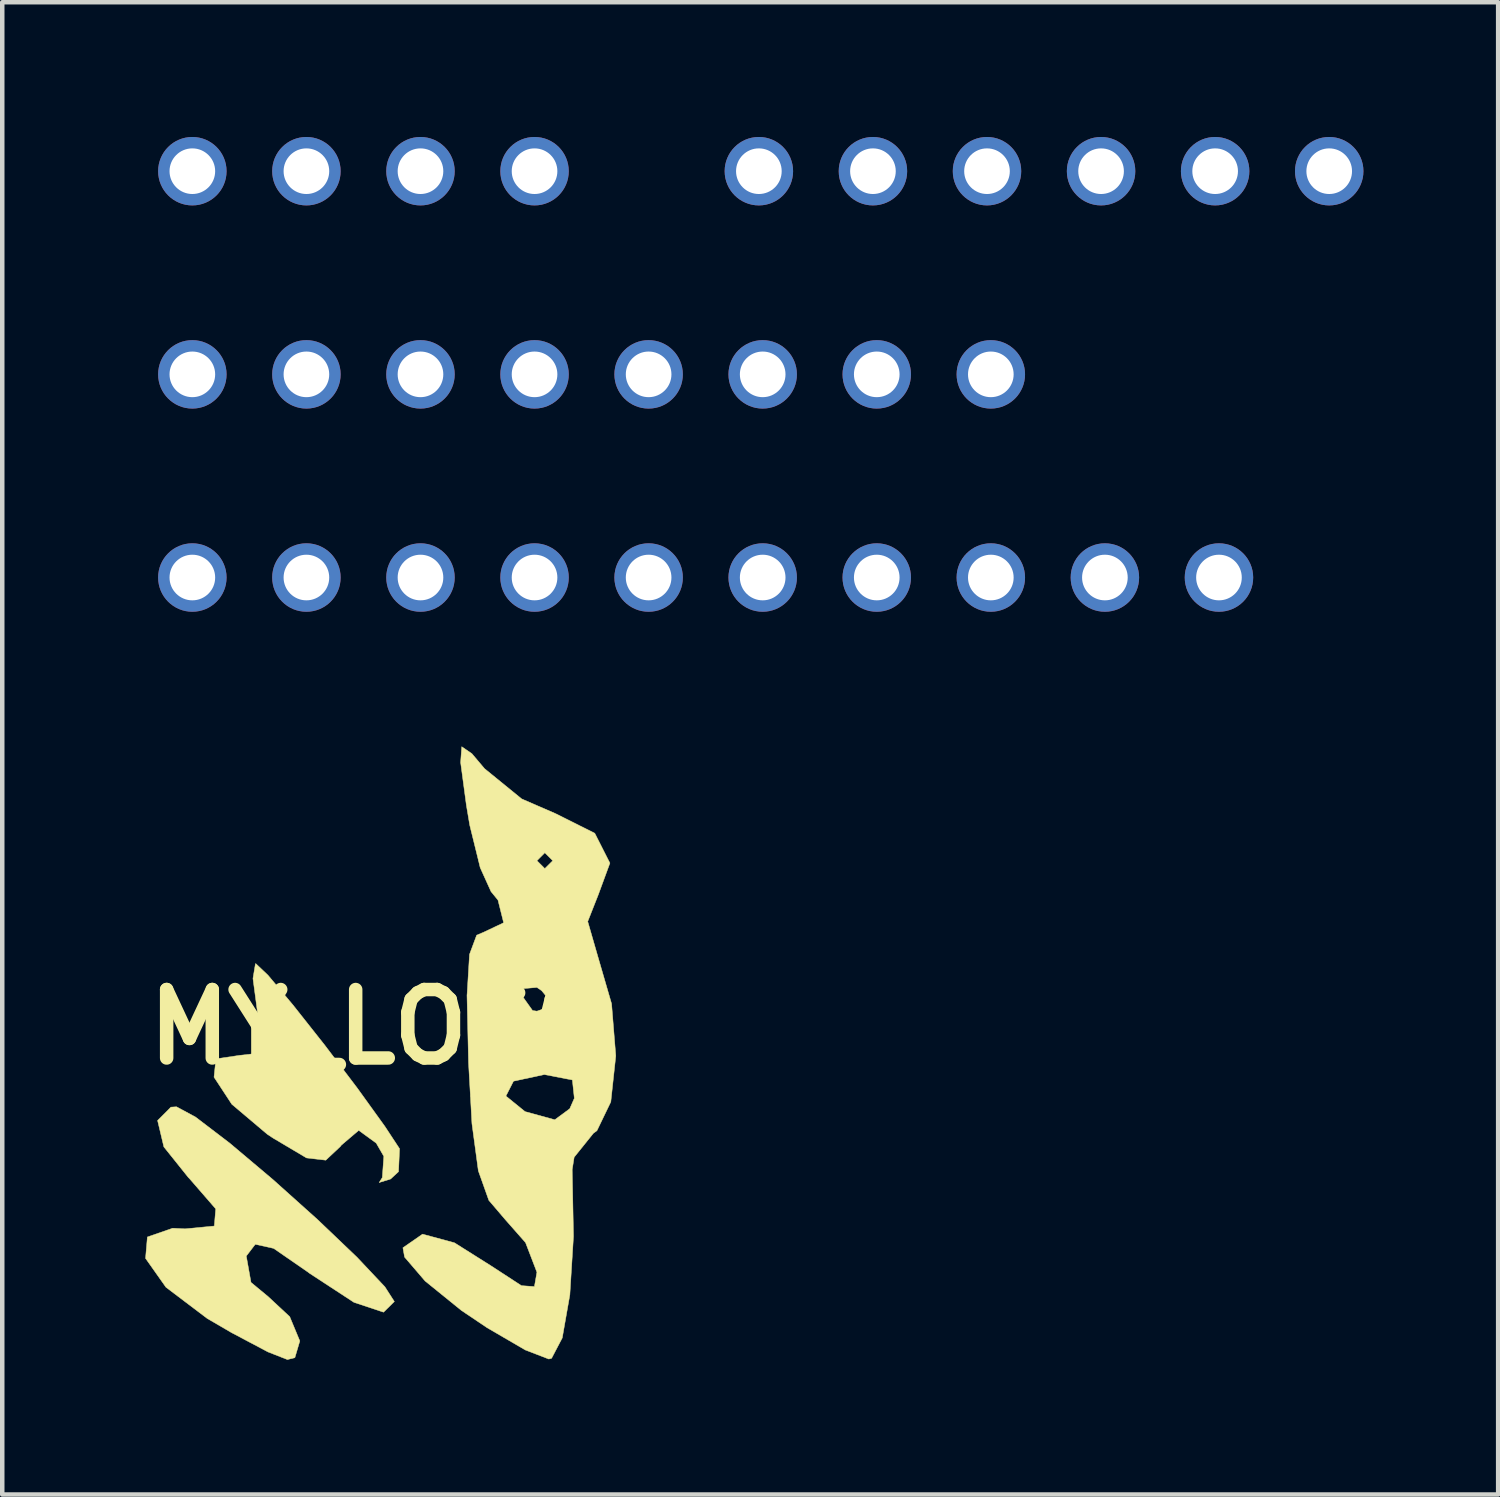
<source format=kicad_pcb>
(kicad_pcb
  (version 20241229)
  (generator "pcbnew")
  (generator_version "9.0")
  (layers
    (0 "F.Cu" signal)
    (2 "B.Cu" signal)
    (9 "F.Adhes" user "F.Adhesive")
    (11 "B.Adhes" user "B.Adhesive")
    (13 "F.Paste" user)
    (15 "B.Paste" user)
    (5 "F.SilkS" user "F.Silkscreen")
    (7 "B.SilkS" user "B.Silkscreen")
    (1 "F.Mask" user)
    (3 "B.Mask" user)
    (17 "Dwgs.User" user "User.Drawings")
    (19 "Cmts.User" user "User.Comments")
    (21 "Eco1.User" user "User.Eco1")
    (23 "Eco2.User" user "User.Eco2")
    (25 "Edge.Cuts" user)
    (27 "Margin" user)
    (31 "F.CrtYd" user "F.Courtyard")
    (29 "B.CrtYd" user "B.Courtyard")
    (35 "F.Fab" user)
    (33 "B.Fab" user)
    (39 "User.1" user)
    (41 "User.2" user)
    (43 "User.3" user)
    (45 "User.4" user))
  (footprint "MY_LOGO"
    (layer "F.Cu")
    (at 5.378 19.819)
    (property "Reference" "MY_LOGO" (at 0 0 0) (layer "F.SilkS") (effects (font (size 1.524 1.524) (thickness 0.3))))
    (attr through_hole)
    (fp_poly (pts (xy -2.461 -1.154) (xy -1.907 -0.494) (xy -1.2 0.4) (xy -0.473 1.359) (xy 0.143 2.214) (xy 0.469 2.71) (xy 0.446 3.221) (xy 0.27 3.384) (xy 0.015 3.463) (xy 0.085 3.352) (xy 0.119 2.879) (xy -0.05 2.586) (xy -0.44 2.301) (xy -0.828 2.631) (xy -0.849 2.66) (xy -1.174 2.965) (xy -1.602 2.915) (xy -2.347 2.473) (xy -2.478 2.386) (xy -3.266 1.72) (xy -3.662 1.116) (xy -3.62 0.709) (xy -3.093 0.631) (xy -2.687 0.585) (xy -2.618 0.133) (xy -2.696 -0.339) (xy -2.795 -1.081) (xy -2.74 -1.41) (xy -2.732 -1.411) (xy -2.461 -1.154)) (stroke (width 0.01) (type solid)) (fill yes) (layer "F.SilkS"))
    (fp_poly (pts (xy -4.075 2.004) (xy -3.31 2.588) (xy -2.355 3.393) (xy -1.361 4.284) (xy -0.478 5.127) (xy 0.143 5.786) (xy 0.353 6.113) (xy 0.113 6.35) (xy -0.546 6.131) (xy -1.531 5.487) (xy -1.569 5.458) (xy -2.335 4.929) (xy -2.744 4.838) (xy -2.944 5.1) (xy -2.839 5.687) (xy -2.456 6.004) (xy -1.977 6.45) (xy -1.752 6.991) (xy -1.862 7.363) (xy -2.028 7.405) (xy -2.461 7.235) (xy -3.271 6.806) (xy -3.812 6.491) (xy -4.733 5.794) (xy -5.187 5.151) (xy -5.146 4.675) (xy -4.583 4.48) (xy -4.307 4.494) (xy -3.656 4.431) (xy -3.624 4.049) (xy -4.213 3.37) (xy -4.233 3.351) (xy -4.779 2.669) (xy -4.919 2.082) (xy -4.622 1.784) (xy -4.498 1.776) (xy -4.075 2.004)) (stroke (width 0.01) (type solid)) (fill yes) (layer "F.SilkS"))
    (fp_poly (pts (xy 2.079 -6.088) (xy 2.361 -5.754) (xy 3.19 -5.079) (xy 3.943 -4.752) (xy 4.816 -4.315) (xy 5.153 -3.65) (xy 4.893 -2.943) (xy 4.659 -2.35) (xy 4.887 -1.56) (xy 5.19 -0.518) (xy 5.284 0.642) (xy 5.173 1.667) (xy 4.864 2.308) (xy 4.787 2.364) (xy 4.357 2.899) (xy 4.313 3.175) (xy 4.342 4.66) (xy 4.261 5.963) (xy 4.092 6.923) (xy 3.854 7.377) (xy 3.792 7.393) (xy 3.27 7.192) (xy 2.417 6.695) (xy 1.846 6.311) (xy 1.038 5.656) (xy 0.581 5.123) (xy 0.544 4.915) (xy 0.981 4.612) (xy 1.69 4.804) (xy 2.503 5.316) (xy 3.183 5.759) (xy 3.472 5.78) (xy 3.528 5.46) (xy 3.275 4.801) (xy 2.825 4.29) (xy 2.457 3.859) (xy 2.223 3.201) (xy 2.081 2.15) (xy 2.047 1.537) (xy 2.837 1.537) (xy 3.263 1.883) (xy 3.926 2.065) (xy 4.259 1.819) (xy 4.361 1.587) (xy 4.317 1.179) (xy 3.693 1.058) (xy 3.006 1.206) (xy 2.837 1.537) (xy 2.047 1.537) (xy 2.005 0.794) (xy 1.971 -0.708) (xy 1.973 -0.726) (xy 3.175 -0.726) (xy 3.431 -0.367) (xy 3.528 -0.353) (xy 3.871 -0.473) (xy 3.881 -0.508) (xy 3.633 -0.81) (xy 3.528 -0.882) (xy 3.203 -0.854) (xy 3.175 -0.726) (xy 1.973 -0.726) (xy 2.027 -1.618) (xy 2.186 -2.045) (xy 2.355 -2.117) (xy 2.787 -2.322) (xy 2.661 -2.826) (xy 2.506 -3.016) (xy 2.265 -3.548) (xy 2.227 -3.704) (xy 3.528 -3.704) (xy 3.704 -3.528) (xy 3.881 -3.704) (xy 3.704 -3.881) (xy 3.528 -3.704) (xy 2.227 -3.704) (xy 2.032 -4.495) (xy 1.957 -4.939) (xy 1.829 -5.891) (xy 1.854 -6.242) (xy 2.079 -6.088)) (stroke (width 0.01) (type solid)) (fill yes) (layer "F.SilkS")))
  (footprint "1X06"
    (layer "F.Cu")
    (at 13.848 0.762)
    (property "Reference" "1X06" (at 0 0 0) (layer "Eco1.User") (effects (font (size 0.6 0.6) (thickness 0.1))))
    (attr through_hole)
    (pad "1" thru_hole oval (at 0 0 90) (size 1.524 1.524) (drill 1.016) (layers "*.Cu" "*.Mask"))
    (pad "2" thru_hole oval (at 2.54 0 90) (size 1.524 1.524) (drill 1.016) (layers "*.Cu" "*.Mask"))
    (pad "3" thru_hole oval (at 5.08 0 90) (size 1.524 1.524) (drill 1.016) (layers "*.Cu" "*.Mask"))
    (pad "4" thru_hole oval (at 7.62 0 90) (size 1.524 1.524) (drill 1.016) (layers "*.Cu" "*.Mask"))
    (pad "5" thru_hole oval (at 10.16 0 90) (size 1.524 1.524) (drill 1.016) (layers "*.Cu" "*.Mask"))
    (pad "6" thru_hole oval (at 12.7 0 90) (size 1.524 1.524) (drill 1.016) (layers "*.Cu" "*.Mask")))
  (footprint "1X08"
    (layer "F.Cu")
    (at 1.233 5.286)
    (property "Reference" "1X08" (at 0 0 0) (layer "Eco1.User") (effects (font (size 0.6 0.6) (thickness 0.1))))
    (attr through_hole)
    (pad "1" thru_hole oval (at 0 0 90) (size 1.524 1.524) (drill 1.016) (layers "*.Cu" "*.Mask"))
    (pad "2" thru_hole oval (at 2.54 0 90) (size 1.524 1.524) (drill 1.016) (layers "*.Cu" "*.Mask"))
    (pad "3" thru_hole oval (at 5.08 0 90) (size 1.524 1.524) (drill 1.016) (layers "*.Cu" "*.Mask"))
    (pad "4" thru_hole oval (at 7.62 0 90) (size 1.524 1.524) (drill 1.016) (layers "*.Cu" "*.Mask"))
    (pad "5" thru_hole oval (at 10.16 0 90) (size 1.524 1.524) (drill 1.016) (layers "*.Cu" "*.Mask"))
    (pad "6" thru_hole oval (at 12.7 0 90) (size 1.524 1.524) (drill 1.016) (layers "*.Cu" "*.Mask"))
    (pad "7" thru_hole oval (at 15.24 0 90) (size 1.524 1.524) (drill 1.016) (layers "*.Cu" "*.Mask"))
    (pad "8" thru_hole oval (at 17.78 0 90) (size 1.524 1.524) (drill 1.016) (layers "*.Cu" "*.Mask")))
  (footprint "1X10"
    (layer "F.Cu")
    (at 1.233 9.81)
    (property "Reference" "1X10" (at 0 0 0) (layer "Eco1.User") (effects (font (size 0.6 0.6) (thickness 0.1))))
    (attr through_hole)
    (pad "1" thru_hole oval (at 0 0 90) (size 1.524 1.524) (drill 1.016) (layers "*.Cu" "*.Mask"))
    (pad "2" thru_hole oval (at 2.54 0 90) (size 1.524 1.524) (drill 1.016) (layers "*.Cu" "*.Mask"))
    (pad "3" thru_hole oval (at 5.08 0 90) (size 1.524 1.524) (drill 1.016) (layers "*.Cu" "*.Mask"))
    (pad "4" thru_hole oval (at 7.62 0 90) (size 1.524 1.524) (drill 1.016) (layers "*.Cu" "*.Mask"))
    (pad "5" thru_hole oval (at 10.16 0 90) (size 1.524 1.524) (drill 1.016) (layers "*.Cu" "*.Mask"))
    (pad "6" thru_hole oval (at 12.7 0 90) (size 1.524 1.524) (drill 1.016) (layers "*.Cu" "*.Mask"))
    (pad "7" thru_hole oval (at 15.24 0 90) (size 1.524 1.524) (drill 1.016) (layers "*.Cu" "*.Mask"))
    (pad "8" thru_hole oval (at 17.78 0 90) (size 1.524 1.524) (drill 1.016) (layers "*.Cu" "*.Mask"))
    (pad "9" thru_hole oval (at 20.32 0 90) (size 1.524 1.524) (drill 1.016) (layers "*.Cu" "*.Mask"))
    (pad "10" thru_hole oval (at 22.86 0 90) (size 1.524 1.524) (drill 1.016) (layers "*.Cu" "*.Mask")))
  (footprint "1X04"
    (layer "F.Cu")
    (at 1.233 0.762)
    (property "Reference" "1X04" (at 0 0 0) (layer "Eco1.User") (effects (font (size 0.6 0.6) (thickness 0.1))))
    (attr through_hole)
    (pad "1" thru_hole oval (at 0 0 90) (size 1.524 1.524) (drill 1.016) (layers "*.Cu" "*.Mask"))
    (pad "2" thru_hole oval (at 2.54 0 90) (size 1.524 1.524) (drill 1.016) (layers "*.Cu" "*.Mask"))
    (pad "3" thru_hole oval (at 5.08 0 90) (size 1.524 1.524) (drill 1.016) (layers "*.Cu" "*.Mask"))
    (pad "4" thru_hole oval (at 7.62 0 90) (size 1.524 1.524) (drill 1.016) (layers "*.Cu" "*.Mask")))
  (gr_rect
    (start -3 -3)
    (end 30.31 30.229)
    (stroke (width 0.1) (type default))
    (fill no)
    (layer "Edge.Cuts")))
</source>
